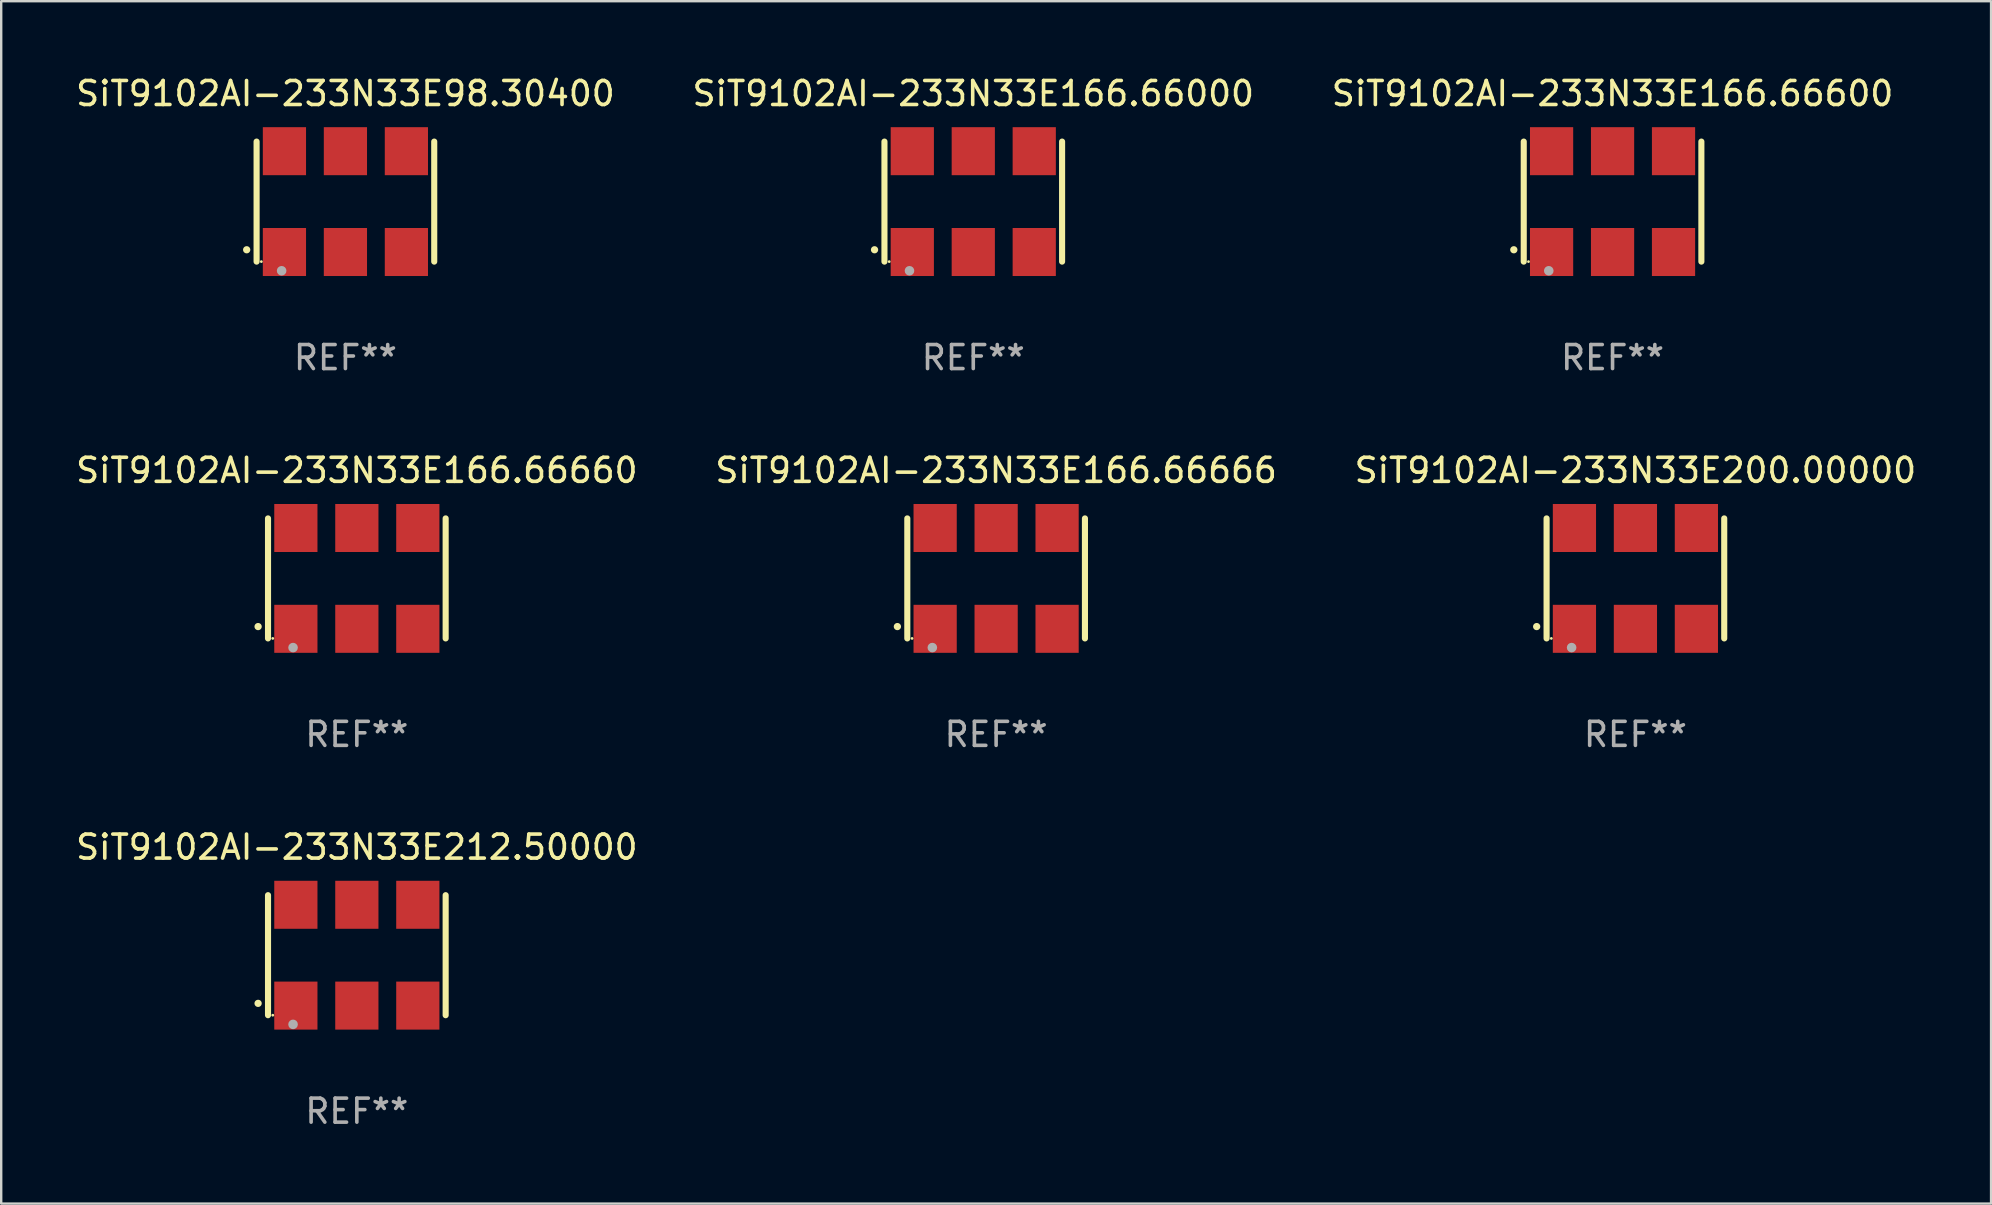
<source format=kicad_pcb>
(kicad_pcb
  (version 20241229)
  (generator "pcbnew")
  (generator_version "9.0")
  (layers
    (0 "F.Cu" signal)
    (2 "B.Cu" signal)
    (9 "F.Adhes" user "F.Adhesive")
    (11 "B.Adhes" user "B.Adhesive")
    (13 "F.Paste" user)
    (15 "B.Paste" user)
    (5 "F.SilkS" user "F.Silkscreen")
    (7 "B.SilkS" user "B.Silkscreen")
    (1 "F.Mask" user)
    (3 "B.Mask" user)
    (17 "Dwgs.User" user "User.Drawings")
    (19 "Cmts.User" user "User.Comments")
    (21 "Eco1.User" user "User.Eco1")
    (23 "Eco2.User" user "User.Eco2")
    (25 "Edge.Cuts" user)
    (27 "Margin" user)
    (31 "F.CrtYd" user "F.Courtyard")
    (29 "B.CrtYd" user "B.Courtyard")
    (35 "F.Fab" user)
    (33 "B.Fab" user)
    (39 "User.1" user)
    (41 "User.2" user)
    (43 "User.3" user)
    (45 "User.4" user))
  (footprint "SiT9102AI-233N33E166.66666"
    (layer "F.Cu")
    (at 38.446 21.045)
    (property "Reference" "SiT9102AI-233N33E166.66666" (at 0 -4.5 0) (layer "F.SilkS") (effects (font (size 1 1) (thickness 0.15))))
    (attr through_hole)
    (fp_line (start -3.7 -2.5) (end -3.7 2.5) (stroke (width 0.254) (type solid)) (layer "F.SilkS"))
    (fp_line (start 3.7 -2.5) (end 3.7 2.5) (stroke (width 0.254) (type solid)) (layer "F.SilkS"))
    (fp_arc (start -4.114415 2.006604) (mid -4.113145 2.006599) (end -4.111875 2.006604) (stroke (width 0.3) (type solid)) (layer "F.SilkS"))
    (fp_circle (center -3.502 2.5) (end -3.472 2.5) (stroke (width 0.06) (type solid)) (fill no) (layer "F.SilkS"))
    (fp_circle (center -2.657 2.882) (end -2.557 2.882) (stroke (width 0.2) (type solid)) (fill no) (layer "F.Fab"))
    (fp_text user "REF**" (at 0 6.5 0) (layer "F.Fab") (effects (font (size 1 1) (thickness 0.15))))
    (pad "1" smd rect (at -2.54 2.1) (size 1.8 2) (layers "F.Cu" "F.Mask" "F.Paste"))
    (pad "2" smd rect (at 0.000394 2.1) (size 1.8 2) (layers "F.Cu" "F.Mask" "F.Paste"))
    (pad "3" smd rect (at 2.54 2.1) (size 1.8 2) (layers "F.Cu" "F.Mask" "F.Paste"))
    (pad "4" smd rect (at 2.54 -2.1) (size 1.8 2) (layers "F.Cu" "F.Mask" "F.Paste"))
    (pad "5" smd rect (at 0.000394 -2.1) (size 1.8 2) (layers "F.Cu" "F.Mask" "F.Paste"))
    (pad "6" smd rect (at -2.54 -2.1) (size 1.8 2) (layers "F.Cu" "F.Mask" "F.Paste")))
  (footprint "SiT9102AI-233N33E200.00000"
    (layer "F.Cu")
    (at 65.077 21.045)
    (property "Reference" "SiT9102AI-233N33E200.00000" (at 0 -4.5 0) (layer "F.SilkS") (effects (font (size 1 1) (thickness 0.15))))
    (attr through_hole)
    (fp_line (start -3.7 -2.5) (end -3.7 2.5) (stroke (width 0.254) (type solid)) (layer "F.SilkS"))
    (fp_line (start 3.7 -2.5) (end 3.7 2.5) (stroke (width 0.254) (type solid)) (layer "F.SilkS"))
    (fp_arc (start -4.114415 2.006604) (mid -4.113145 2.006599) (end -4.111875 2.006604) (stroke (width 0.3) (type solid)) (layer "F.SilkS"))
    (fp_circle (center -3.502 2.5) (end -3.472 2.5) (stroke (width 0.06) (type solid)) (fill no) (layer "F.SilkS"))
    (fp_circle (center -2.657 2.882) (end -2.557 2.882) (stroke (width 0.2) (type solid)) (fill no) (layer "F.Fab"))
    (fp_text user "REF**" (at 0 6.5 0) (layer "F.Fab") (effects (font (size 1 1) (thickness 0.15))))
    (pad "1" smd rect (at -2.54 2.1) (size 1.8 2) (layers "F.Cu" "F.Mask" "F.Paste"))
    (pad "2" smd rect (at 0.000394 2.1) (size 1.8 2) (layers "F.Cu" "F.Mask" "F.Paste"))
    (pad "3" smd rect (at 2.54 2.1) (size 1.8 2) (layers "F.Cu" "F.Mask" "F.Paste"))
    (pad "4" smd rect (at 2.54 -2.1) (size 1.8 2) (layers "F.Cu" "F.Mask" "F.Paste"))
    (pad "5" smd rect (at 0.000394 -2.1) (size 1.8 2) (layers "F.Cu" "F.Mask" "F.Paste"))
    (pad "6" smd rect (at -2.54 -2.1) (size 1.8 2) (layers "F.Cu" "F.Mask" "F.Paste")))
  (footprint "SiT9102AI-233N33E166.66000"
    (layer "F.Cu")
    (at 37.494 5.348)
    (property "Reference" "SiT9102AI-233N33E166.66000" (at 0 -4.5 0) (layer "F.SilkS") (effects (font (size 1 1) (thickness 0.15))))
    (attr through_hole)
    (fp_line (start -3.7 -2.5) (end -3.7 2.5) (stroke (width 0.254) (type solid)) (layer "F.SilkS"))
    (fp_line (start 3.7 -2.5) (end 3.7 2.5) (stroke (width 0.254) (type solid)) (layer "F.SilkS"))
    (fp_arc (start -4.114415 2.006604) (mid -4.113145 2.006599) (end -4.111875 2.006604) (stroke (width 0.3) (type solid)) (layer "F.SilkS"))
    (fp_circle (center -3.502 2.5) (end -3.472 2.5) (stroke (width 0.06) (type solid)) (fill no) (layer "F.SilkS"))
    (fp_circle (center -2.657 2.882) (end -2.557 2.882) (stroke (width 0.2) (type solid)) (fill no) (layer "F.Fab"))
    (fp_text user "REF**" (at 0 6.5 0) (layer "F.Fab") (effects (font (size 1 1) (thickness 0.15))))
    (pad "1" smd rect (at -2.54 2.1) (size 1.8 2) (layers "F.Cu" "F.Mask" "F.Paste"))
    (pad "2" smd rect (at 0.000394 2.1) (size 1.8 2) (layers "F.Cu" "F.Mask" "F.Paste"))
    (pad "3" smd rect (at 2.54 2.1) (size 1.8 2) (layers "F.Cu" "F.Mask" "F.Paste"))
    (pad "4" smd rect (at 2.54 -2.1) (size 1.8 2) (layers "F.Cu" "F.Mask" "F.Paste"))
    (pad "5" smd rect (at 0.000394 -2.1) (size 1.8 2) (layers "F.Cu" "F.Mask" "F.Paste"))
    (pad "6" smd rect (at -2.54 -2.1) (size 1.8 2) (layers "F.Cu" "F.Mask" "F.Paste")))
  (footprint "SiT9102AI-233N33E98.30400"
    (layer "F.Cu")
    (at 11.339 5.348)
    (property "Reference" "SiT9102AI-233N33E98.30400" (at 0 -4.5 0) (layer "F.SilkS") (effects (font (size 1 1) (thickness 0.15))))
    (attr through_hole)
    (fp_line (start -3.7 -2.5) (end -3.7 2.5) (stroke (width 0.254) (type solid)) (layer "F.SilkS"))
    (fp_line (start 3.7 -2.5) (end 3.7 2.5) (stroke (width 0.254) (type solid)) (layer "F.SilkS"))
    (fp_arc (start -4.114415 2.006604) (mid -4.113145 2.006599) (end -4.111875 2.006604) (stroke (width 0.3) (type solid)) (layer "F.SilkS"))
    (fp_circle (center -3.502 2.5) (end -3.472 2.5) (stroke (width 0.06) (type solid)) (fill no) (layer "F.SilkS"))
    (fp_circle (center -2.657 2.882) (end -2.557 2.882) (stroke (width 0.2) (type solid)) (fill no) (layer "F.Fab"))
    (fp_text user "REF**" (at 0 6.5 0) (layer "F.Fab") (effects (font (size 1 1) (thickness 0.15))))
    (pad "1" smd rect (at -2.54 2.1) (size 1.8 2) (layers "F.Cu" "F.Mask" "F.Paste"))
    (pad "2" smd rect (at 0.000394 2.1) (size 1.8 2) (layers "F.Cu" "F.Mask" "F.Paste"))
    (pad "3" smd rect (at 2.54 2.1) (size 1.8 2) (layers "F.Cu" "F.Mask" "F.Paste"))
    (pad "4" smd rect (at 2.54 -2.1) (size 1.8 2) (layers "F.Cu" "F.Mask" "F.Paste"))
    (pad "5" smd rect (at 0.000394 -2.1) (size 1.8 2) (layers "F.Cu" "F.Mask" "F.Paste"))
    (pad "6" smd rect (at -2.54 -2.1) (size 1.8 2) (layers "F.Cu" "F.Mask" "F.Paste")))
  (footprint "SiT9102AI-233N33E166.66660"
    (layer "F.Cu")
    (at 11.815 21.045)
    (property "Reference" "SiT9102AI-233N33E166.66660" (at 0 -4.5 0) (layer "F.SilkS") (effects (font (size 1 1) (thickness 0.15))))
    (attr through_hole)
    (fp_line (start -3.7 -2.5) (end -3.7 2.5) (stroke (width 0.254) (type solid)) (layer "F.SilkS"))
    (fp_line (start 3.7 -2.5) (end 3.7 2.5) (stroke (width 0.254) (type solid)) (layer "F.SilkS"))
    (fp_arc (start -4.114415 2.006604) (mid -4.113145 2.006599) (end -4.111875 2.006604) (stroke (width 0.3) (type solid)) (layer "F.SilkS"))
    (fp_circle (center -3.502 2.5) (end -3.472 2.5) (stroke (width 0.06) (type solid)) (fill no) (layer "F.SilkS"))
    (fp_circle (center -2.657 2.882) (end -2.557 2.882) (stroke (width 0.2) (type solid)) (fill no) (layer "F.Fab"))
    (fp_text user "REF**" (at 0 6.5 0) (layer "F.Fab") (effects (font (size 1 1) (thickness 0.15))))
    (pad "1" smd rect (at -2.54 2.1) (size 1.8 2) (layers "F.Cu" "F.Mask" "F.Paste"))
    (pad "2" smd rect (at 0.000394 2.1) (size 1.8 2) (layers "F.Cu" "F.Mask" "F.Paste"))
    (pad "3" smd rect (at 2.54 2.1) (size 1.8 2) (layers "F.Cu" "F.Mask" "F.Paste"))
    (pad "4" smd rect (at 2.54 -2.1) (size 1.8 2) (layers "F.Cu" "F.Mask" "F.Paste"))
    (pad "5" smd rect (at 0.000394 -2.1) (size 1.8 2) (layers "F.Cu" "F.Mask" "F.Paste"))
    (pad "6" smd rect (at -2.54 -2.1) (size 1.8 2) (layers "F.Cu" "F.Mask" "F.Paste")))
  (footprint "SiT9102AI-233N33E212.50000"
    (layer "F.Cu")
    (at 11.815 36.741)
    (property "Reference" "SiT9102AI-233N33E212.50000" (at 0 -4.5 0) (layer "F.SilkS") (effects (font (size 1 1) (thickness 0.15))))
    (attr through_hole)
    (fp_line (start -3.7 -2.5) (end -3.7 2.5) (stroke (width 0.254) (type solid)) (layer "F.SilkS"))
    (fp_line (start 3.7 -2.5) (end 3.7 2.5) (stroke (width 0.254) (type solid)) (layer "F.SilkS"))
    (fp_arc (start -4.114415 2.006604) (mid -4.113145 2.006599) (end -4.111875 2.006604) (stroke (width 0.3) (type solid)) (layer "F.SilkS"))
    (fp_circle (center -3.502 2.5) (end -3.472 2.5) (stroke (width 0.06) (type solid)) (fill no) (layer "F.SilkS"))
    (fp_circle (center -2.657 2.882) (end -2.557 2.882) (stroke (width 0.2) (type solid)) (fill no) (layer "F.Fab"))
    (fp_text user "REF**" (at 0 6.5 0) (layer "F.Fab") (effects (font (size 1 1) (thickness 0.15))))
    (pad "1" smd rect (at -2.54 2.1) (size 1.8 2) (layers "F.Cu" "F.Mask" "F.Paste"))
    (pad "2" smd rect (at 0.000394 2.1) (size 1.8 2) (layers "F.Cu" "F.Mask" "F.Paste"))
    (pad "3" smd rect (at 2.54 2.1) (size 1.8 2) (layers "F.Cu" "F.Mask" "F.Paste"))
    (pad "4" smd rect (at 2.54 -2.1) (size 1.8 2) (layers "F.Cu" "F.Mask" "F.Paste"))
    (pad "5" smd rect (at 0.000394 -2.1) (size 1.8 2) (layers "F.Cu" "F.Mask" "F.Paste"))
    (pad "6" smd rect (at -2.54 -2.1) (size 1.8 2) (layers "F.Cu" "F.Mask" "F.Paste")))
  (footprint "SiT9102AI-233N33E166.66600"
    (layer "F.Cu")
    (at 64.125 5.348)
    (property "Reference" "SiT9102AI-233N33E166.66600" (at 0 -4.5 0) (layer "F.SilkS") (effects (font (size 1 1) (thickness 0.15))))
    (attr through_hole)
    (fp_line (start -3.7 -2.5) (end -3.7 2.5) (stroke (width 0.254) (type solid)) (layer "F.SilkS"))
    (fp_line (start 3.7 -2.5) (end 3.7 2.5) (stroke (width 0.254) (type solid)) (layer "F.SilkS"))
    (fp_arc (start -4.114415 2.006604) (mid -4.113145 2.006599) (end -4.111875 2.006604) (stroke (width 0.3) (type solid)) (layer "F.SilkS"))
    (fp_circle (center -3.502 2.5) (end -3.472 2.5) (stroke (width 0.06) (type solid)) (fill no) (layer "F.SilkS"))
    (fp_circle (center -2.657 2.882) (end -2.557 2.882) (stroke (width 0.2) (type solid)) (fill no) (layer "F.Fab"))
    (fp_text user "REF**" (at 0 6.5 0) (layer "F.Fab") (effects (font (size 1 1) (thickness 0.15))))
    (pad "1" smd rect (at -2.54 2.1) (size 1.8 2) (layers "F.Cu" "F.Mask" "F.Paste"))
    (pad "2" smd rect (at 0.000394 2.1) (size 1.8 2) (layers "F.Cu" "F.Mask" "F.Paste"))
    (pad "3" smd rect (at 2.54 2.1) (size 1.8 2) (layers "F.Cu" "F.Mask" "F.Paste"))
    (pad "4" smd rect (at 2.54 -2.1) (size 1.8 2) (layers "F.Cu" "F.Mask" "F.Paste"))
    (pad "5" smd rect (at 0.000394 -2.1) (size 1.8 2) (layers "F.Cu" "F.Mask" "F.Paste"))
    (pad "6" smd rect (at -2.54 -2.1) (size 1.8 2) (layers "F.Cu" "F.Mask" "F.Paste")))
  (gr_rect
    (start -3 -3)
    (end 79.893 47.09)
    (stroke (width 0.1) (type default))
    (fill no)
    (layer "Edge.Cuts")))
</source>
